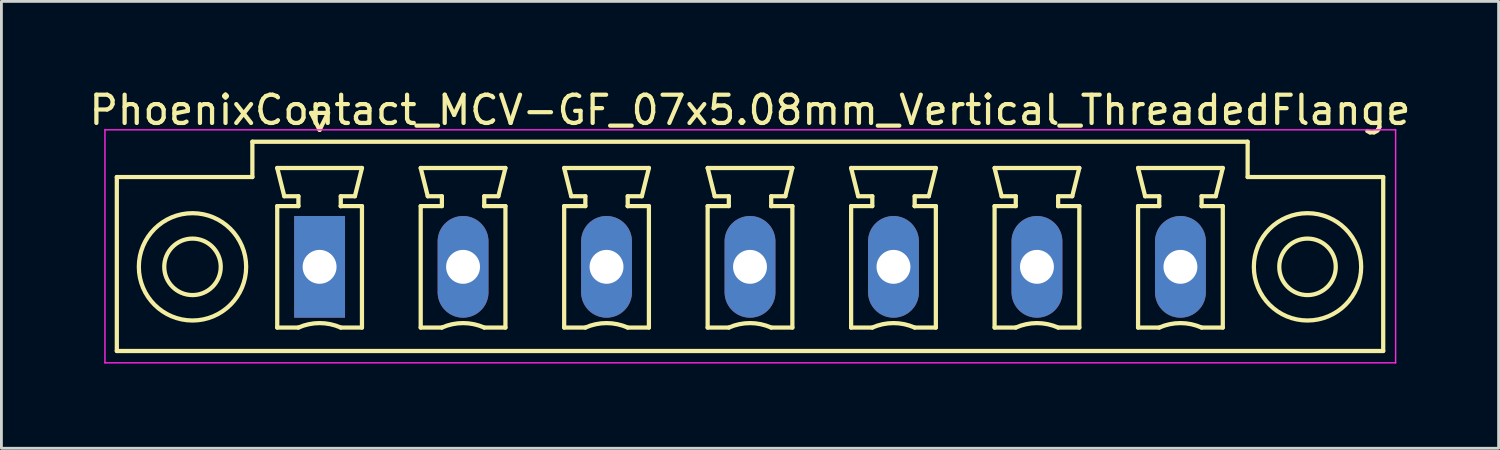
<source format=kicad_pcb>
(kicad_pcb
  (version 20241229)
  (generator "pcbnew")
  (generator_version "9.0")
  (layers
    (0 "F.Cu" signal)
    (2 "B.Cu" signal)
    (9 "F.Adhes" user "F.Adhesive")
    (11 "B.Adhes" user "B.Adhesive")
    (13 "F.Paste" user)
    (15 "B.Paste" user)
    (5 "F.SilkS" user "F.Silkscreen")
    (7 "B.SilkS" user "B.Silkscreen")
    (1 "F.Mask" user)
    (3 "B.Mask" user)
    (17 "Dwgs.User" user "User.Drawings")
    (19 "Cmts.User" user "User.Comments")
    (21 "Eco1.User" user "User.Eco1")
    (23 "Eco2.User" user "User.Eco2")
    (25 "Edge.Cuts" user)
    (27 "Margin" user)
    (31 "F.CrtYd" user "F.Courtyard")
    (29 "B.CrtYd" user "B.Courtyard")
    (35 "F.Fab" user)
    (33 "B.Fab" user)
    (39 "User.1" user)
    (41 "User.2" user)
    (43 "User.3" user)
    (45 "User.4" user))
  (footprint "PhoenixContact_MCV-GF_07x5.08mm_Vertical_ThreadedFlange"
    (layer "F.Cu")
    (at 8.266 6.398)
    (property "Reference" "PhoenixContact_MCV-GF_07x5.08mm_Vertical_ThreadedFlange" (at 15.24 -5.55 0) (layer "F.SilkS") (effects (font (size 1 1) (thickness 0.15))))
    (attr through_hole)
    (fp_line (start -7.18 -3.18) (end -7.18 2.98) (stroke (width 0.15) (type solid)) (layer "F.SilkS"))
    (fp_line (start -7.18 2.98) (end 37.66 2.98) (stroke (width 0.15) (type solid)) (layer "F.SilkS"))
    (fp_line (start -2.38 -4.43) (end -2.38 -3.18) (stroke (width 0.15) (type solid)) (layer "F.SilkS"))
    (fp_line (start -2.38 -3.18) (end -7.18 -3.18) (stroke (width 0.15) (type solid)) (layer "F.SilkS"))
    (fp_line (start -1.5 -3.5) (end 1.5 -3.5) (stroke (width 0.15) (type solid)) (layer "F.SilkS"))
    (fp_line (start -1.5 -2.15) (end -0.75 -2.15) (stroke (width 0.15) (type solid)) (layer "F.SilkS"))
    (fp_line (start -1.5 2.15) (end -1.5 -2.15) (stroke (width 0.15) (type solid)) (layer "F.SilkS"))
    (fp_line (start -1.25 -2.5) (end -1.5 -3.5) (stroke (width 0.15) (type solid)) (layer "F.SilkS"))
    (fp_line (start -0.75 -2.5) (end -1.25 -2.5) (stroke (width 0.15) (type solid)) (layer "F.SilkS"))
    (fp_line (start -0.75 -2.15) (end -0.75 -2.5) (stroke (width 0.15) (type solid)) (layer "F.SilkS"))
    (fp_line (start -0.75 2.15) (end -1.5 2.15) (stroke (width 0.15) (type solid)) (layer "F.SilkS"))
    (fp_line (start -0.3 -5.45) (end 0 -4.85) (stroke (width 0.15) (type solid)) (layer "F.SilkS"))
    (fp_line (start 0 -4.85) (end 0.3 -5.45) (stroke (width 0.15) (type solid)) (layer "F.SilkS"))
    (fp_line (start 0.3 -5.45) (end -0.3 -5.45) (stroke (width 0.15) (type solid)) (layer "F.SilkS"))
    (fp_line (start 0.75 -2.5) (end 0.75 -2.15) (stroke (width 0.15) (type solid)) (layer "F.SilkS"))
    (fp_line (start 0.75 -2.15) (end 0.75 -2.15) (stroke (width 0.15) (type solid)) (layer "F.SilkS"))
    (fp_line (start 0.75 -2.15) (end 1.5 -2.15) (stroke (width 0.15) (type solid)) (layer "F.SilkS"))
    (fp_line (start 1.25 -2.5) (end 0.75 -2.5) (stroke (width 0.15) (type solid)) (layer "F.SilkS"))
    (fp_line (start 1.5 -3.5) (end 1.25 -2.5) (stroke (width 0.15) (type solid)) (layer "F.SilkS"))
    (fp_line (start 1.5 -2.15) (end 1.5 2.15) (stroke (width 0.15) (type solid)) (layer "F.SilkS"))
    (fp_line (start 1.5 2.15) (end 0.75 2.15) (stroke (width 0.15) (type solid)) (layer "F.SilkS"))
    (fp_line (start 3.58 -3.5) (end 6.58 -3.5) (stroke (width 0.15) (type solid)) (layer "F.SilkS"))
    (fp_line (start 3.58 -2.15) (end 4.33 -2.15) (stroke (width 0.15) (type solid)) (layer "F.SilkS"))
    (fp_line (start 3.58 2.15) (end 3.58 -2.15) (stroke (width 0.15) (type solid)) (layer "F.SilkS"))
    (fp_line (start 3.83 -2.5) (end 3.58 -3.5) (stroke (width 0.15) (type solid)) (layer "F.SilkS"))
    (fp_line (start 4.33 -2.5) (end 3.83 -2.5) (stroke (width 0.15) (type solid)) (layer "F.SilkS"))
    (fp_line (start 4.33 -2.15) (end 4.33 -2.5) (stroke (width 0.15) (type solid)) (layer "F.SilkS"))
    (fp_line (start 4.33 2.15) (end 3.58 2.15) (stroke (width 0.15) (type solid)) (layer "F.SilkS"))
    (fp_line (start 5.83 -2.5) (end 5.83 -2.15) (stroke (width 0.15) (type solid)) (layer "F.SilkS"))
    (fp_line (start 5.83 -2.15) (end 5.83 -2.15) (stroke (width 0.15) (type solid)) (layer "F.SilkS"))
    (fp_line (start 5.83 -2.15) (end 6.58 -2.15) (stroke (width 0.15) (type solid)) (layer "F.SilkS"))
    (fp_line (start 6.33 -2.5) (end 5.83 -2.5) (stroke (width 0.15) (type solid)) (layer "F.SilkS"))
    (fp_line (start 6.58 -3.5) (end 6.33 -2.5) (stroke (width 0.15) (type solid)) (layer "F.SilkS"))
    (fp_line (start 6.58 -2.15) (end 6.58 2.15) (stroke (width 0.15) (type solid)) (layer "F.SilkS"))
    (fp_line (start 6.58 2.15) (end 5.83 2.15) (stroke (width 0.15) (type solid)) (layer "F.SilkS"))
    (fp_line (start 8.66 -3.5) (end 11.66 -3.5) (stroke (width 0.15) (type solid)) (layer "F.SilkS"))
    (fp_line (start 8.66 -2.15) (end 9.41 -2.15) (stroke (width 0.15) (type solid)) (layer "F.SilkS"))
    (fp_line (start 8.66 2.15) (end 8.66 -2.15) (stroke (width 0.15) (type solid)) (layer "F.SilkS"))
    (fp_line (start 8.91 -2.5) (end 8.66 -3.5) (stroke (width 0.15) (type solid)) (layer "F.SilkS"))
    (fp_line (start 9.41 -2.5) (end 8.91 -2.5) (stroke (width 0.15) (type solid)) (layer "F.SilkS"))
    (fp_line (start 9.41 -2.15) (end 9.41 -2.5) (stroke (width 0.15) (type solid)) (layer "F.SilkS"))
    (fp_line (start 9.41 2.15) (end 8.66 2.15) (stroke (width 0.15) (type solid)) (layer "F.SilkS"))
    (fp_line (start 10.91 -2.5) (end 10.91 -2.15) (stroke (width 0.15) (type solid)) (layer "F.SilkS"))
    (fp_line (start 10.91 -2.15) (end 10.91 -2.15) (stroke (width 0.15) (type solid)) (layer "F.SilkS"))
    (fp_line (start 10.91 -2.15) (end 11.66 -2.15) (stroke (width 0.15) (type solid)) (layer "F.SilkS"))
    (fp_line (start 11.41 -2.5) (end 10.91 -2.5) (stroke (width 0.15) (type solid)) (layer "F.SilkS"))
    (fp_line (start 11.66 -3.5) (end 11.41 -2.5) (stroke (width 0.15) (type solid)) (layer "F.SilkS"))
    (fp_line (start 11.66 -2.15) (end 11.66 2.15) (stroke (width 0.15) (type solid)) (layer "F.SilkS"))
    (fp_line (start 11.66 2.15) (end 10.91 2.15) (stroke (width 0.15) (type solid)) (layer "F.SilkS"))
    (fp_line (start 13.74 -3.5) (end 16.74 -3.5) (stroke (width 0.15) (type solid)) (layer "F.SilkS"))
    (fp_line (start 13.74 -2.15) (end 14.49 -2.15) (stroke (width 0.15) (type solid)) (layer "F.SilkS"))
    (fp_line (start 13.74 2.15) (end 13.74 -2.15) (stroke (width 0.15) (type solid)) (layer "F.SilkS"))
    (fp_line (start 13.99 -2.5) (end 13.74 -3.5) (stroke (width 0.15) (type solid)) (layer "F.SilkS"))
    (fp_line (start 14.49 -2.5) (end 13.99 -2.5) (stroke (width 0.15) (type solid)) (layer "F.SilkS"))
    (fp_line (start 14.49 -2.15) (end 14.49 -2.5) (stroke (width 0.15) (type solid)) (layer "F.SilkS"))
    (fp_line (start 14.49 2.15) (end 13.74 2.15) (stroke (width 0.15) (type solid)) (layer "F.SilkS"))
    (fp_line (start 15.99 -2.5) (end 15.99 -2.15) (stroke (width 0.15) (type solid)) (layer "F.SilkS"))
    (fp_line (start 15.99 -2.15) (end 15.99 -2.15) (stroke (width 0.15) (type solid)) (layer "F.SilkS"))
    (fp_line (start 15.99 -2.15) (end 16.74 -2.15) (stroke (width 0.15) (type solid)) (layer "F.SilkS"))
    (fp_line (start 16.49 -2.5) (end 15.99 -2.5) (stroke (width 0.15) (type solid)) (layer "F.SilkS"))
    (fp_line (start 16.74 -3.5) (end 16.49 -2.5) (stroke (width 0.15) (type solid)) (layer "F.SilkS"))
    (fp_line (start 16.74 -2.15) (end 16.74 2.15) (stroke (width 0.15) (type solid)) (layer "F.SilkS"))
    (fp_line (start 16.74 2.15) (end 15.99 2.15) (stroke (width 0.15) (type solid)) (layer "F.SilkS"))
    (fp_line (start 18.82 -3.5) (end 21.82 -3.5) (stroke (width 0.15) (type solid)) (layer "F.SilkS"))
    (fp_line (start 18.82 -2.15) (end 19.57 -2.15) (stroke (width 0.15) (type solid)) (layer "F.SilkS"))
    (fp_line (start 18.82 2.15) (end 18.82 -2.15) (stroke (width 0.15) (type solid)) (layer "F.SilkS"))
    (fp_line (start 19.07 -2.5) (end 18.82 -3.5) (stroke (width 0.15) (type solid)) (layer "F.SilkS"))
    (fp_line (start 19.57 -2.5) (end 19.07 -2.5) (stroke (width 0.15) (type solid)) (layer "F.SilkS"))
    (fp_line (start 19.57 -2.15) (end 19.57 -2.5) (stroke (width 0.15) (type solid)) (layer "F.SilkS"))
    (fp_line (start 19.57 2.15) (end 18.82 2.15) (stroke (width 0.15) (type solid)) (layer "F.SilkS"))
    (fp_line (start 21.07 -2.5) (end 21.07 -2.15) (stroke (width 0.15) (type solid)) (layer "F.SilkS"))
    (fp_line (start 21.07 -2.15) (end 21.07 -2.15) (stroke (width 0.15) (type solid)) (layer "F.SilkS"))
    (fp_line (start 21.07 -2.15) (end 21.82 -2.15) (stroke (width 0.15) (type solid)) (layer "F.SilkS"))
    (fp_line (start 21.57 -2.5) (end 21.07 -2.5) (stroke (width 0.15) (type solid)) (layer "F.SilkS"))
    (fp_line (start 21.82 -3.5) (end 21.57 -2.5) (stroke (width 0.15) (type solid)) (layer "F.SilkS"))
    (fp_line (start 21.82 -2.15) (end 21.82 2.15) (stroke (width 0.15) (type solid)) (layer "F.SilkS"))
    (fp_line (start 21.82 2.15) (end 21.07 2.15) (stroke (width 0.15) (type solid)) (layer "F.SilkS"))
    (fp_line (start 23.9 -3.5) (end 26.9 -3.5) (stroke (width 0.15) (type solid)) (layer "F.SilkS"))
    (fp_line (start 23.9 -2.15) (end 24.65 -2.15) (stroke (width 0.15) (type solid)) (layer "F.SilkS"))
    (fp_line (start 23.9 2.15) (end 23.9 -2.15) (stroke (width 0.15) (type solid)) (layer "F.SilkS"))
    (fp_line (start 24.15 -2.5) (end 23.9 -3.5) (stroke (width 0.15) (type solid)) (layer "F.SilkS"))
    (fp_line (start 24.65 -2.5) (end 24.15 -2.5) (stroke (width 0.15) (type solid)) (layer "F.SilkS"))
    (fp_line (start 24.65 -2.15) (end 24.65 -2.5) (stroke (width 0.15) (type solid)) (layer "F.SilkS"))
    (fp_line (start 24.65 2.15) (end 23.9 2.15) (stroke (width 0.15) (type solid)) (layer "F.SilkS"))
    (fp_line (start 26.15 -2.5) (end 26.15 -2.15) (stroke (width 0.15) (type solid)) (layer "F.SilkS"))
    (fp_line (start 26.15 -2.15) (end 26.15 -2.15) (stroke (width 0.15) (type solid)) (layer "F.SilkS"))
    (fp_line (start 26.15 -2.15) (end 26.9 -2.15) (stroke (width 0.15) (type solid)) (layer "F.SilkS"))
    (fp_line (start 26.65 -2.5) (end 26.15 -2.5) (stroke (width 0.15) (type solid)) (layer "F.SilkS"))
    (fp_line (start 26.9 -3.5) (end 26.65 -2.5) (stroke (width 0.15) (type solid)) (layer "F.SilkS"))
    (fp_line (start 26.9 -2.15) (end 26.9 2.15) (stroke (width 0.15) (type solid)) (layer "F.SilkS"))
    (fp_line (start 26.9 2.15) (end 26.15 2.15) (stroke (width 0.15) (type solid)) (layer "F.SilkS"))
    (fp_line (start 28.98 -3.5) (end 31.98 -3.5) (stroke (width 0.15) (type solid)) (layer "F.SilkS"))
    (fp_line (start 28.98 -2.15) (end 29.73 -2.15) (stroke (width 0.15) (type solid)) (layer "F.SilkS"))
    (fp_line (start 28.98 2.15) (end 28.98 -2.15) (stroke (width 0.15) (type solid)) (layer "F.SilkS"))
    (fp_line (start 29.23 -2.5) (end 28.98 -3.5) (stroke (width 0.15) (type solid)) (layer "F.SilkS"))
    (fp_line (start 29.73 -2.5) (end 29.23 -2.5) (stroke (width 0.15) (type solid)) (layer "F.SilkS"))
    (fp_line (start 29.73 -2.15) (end 29.73 -2.5) (stroke (width 0.15) (type solid)) (layer "F.SilkS"))
    (fp_line (start 29.73 2.15) (end 28.98 2.15) (stroke (width 0.15) (type solid)) (layer "F.SilkS"))
    (fp_line (start 31.23 -2.5) (end 31.23 -2.15) (stroke (width 0.15) (type solid)) (layer "F.SilkS"))
    (fp_line (start 31.23 -2.15) (end 31.23 -2.15) (stroke (width 0.15) (type solid)) (layer "F.SilkS"))
    (fp_line (start 31.23 -2.15) (end 31.98 -2.15) (stroke (width 0.15) (type solid)) (layer "F.SilkS"))
    (fp_line (start 31.73 -2.5) (end 31.23 -2.5) (stroke (width 0.15) (type solid)) (layer "F.SilkS"))
    (fp_line (start 31.98 -3.5) (end 31.73 -2.5) (stroke (width 0.15) (type solid)) (layer "F.SilkS"))
    (fp_line (start 31.98 -2.15) (end 31.98 2.15) (stroke (width 0.15) (type solid)) (layer "F.SilkS"))
    (fp_line (start 31.98 2.15) (end 31.23 2.15) (stroke (width 0.15) (type solid)) (layer "F.SilkS"))
    (fp_line (start 32.86 -4.43) (end -2.38 -4.43) (stroke (width 0.15) (type solid)) (layer "F.SilkS"))
    (fp_line (start 32.86 -3.18) (end 32.86 -4.43) (stroke (width 0.15) (type solid)) (layer "F.SilkS"))
    (fp_line (start 37.66 -3.18) (end 32.86 -3.18) (stroke (width 0.15) (type solid)) (layer "F.SilkS"))
    (fp_line (start 37.66 2.98) (end 37.66 -3.18) (stroke (width 0.15) (type solid)) (layer "F.SilkS"))
    (fp_arc (start -0.75 2.15) (mid -0.000193 1.99191) (end 0.749647 2.149844) (stroke (width 0.15) (type solid)) (layer "F.SilkS"))
    (fp_arc (start 4.33 2.15) (mid 5.079807 1.99191) (end 5.829647 2.149844) (stroke (width 0.15) (type solid)) (layer "F.SilkS"))
    (fp_arc (start 9.41 2.15) (mid 10.159807 1.99191) (end 10.909647 2.149844) (stroke (width 0.15) (type solid)) (layer "F.SilkS"))
    (fp_arc (start 14.49 2.15) (mid 15.239807 1.99191) (end 15.989647 2.149844) (stroke (width 0.15) (type solid)) (layer "F.SilkS"))
    (fp_arc (start 19.57 2.15) (mid 20.319807 1.99191) (end 21.069647 2.149844) (stroke (width 0.15) (type solid)) (layer "F.SilkS"))
    (fp_arc (start 24.65 2.15) (mid 25.399807 1.99191) (end 26.149647 2.149844) (stroke (width 0.15) (type solid)) (layer "F.SilkS"))
    (fp_arc (start 29.73 2.15) (mid 30.479807 1.99191) (end 31.229647 2.149844) (stroke (width 0.15) (type solid)) (layer "F.SilkS"))
    (fp_circle (center -4.5 0) (end -3.5 0) (stroke (width 0.15) (type solid)) (fill no) (layer "F.SilkS"))
    (fp_circle (center -4.5 0) (end -2.6 0) (stroke (width 0.15) (type solid)) (fill no) (layer "F.SilkS"))
    (fp_circle (center 34.98 0) (end 35.98 0) (stroke (width 0.15) (type solid)) (fill no) (layer "F.SilkS"))
    (fp_circle (center 34.98 0) (end 36.88 0) (stroke (width 0.15) (type solid)) (fill no) (layer "F.SilkS"))
    (fp_line (start -7.6 -4.85) (end -7.6 3.4) (stroke (width 0.05) (type solid)) (layer "F.CrtYd"))
    (fp_line (start -7.6 3.4) (end 38.1 3.4) (stroke (width 0.05) (type solid)) (layer "F.CrtYd"))
    (fp_line (start 38.1 -4.85) (end -7.6 -4.85) (stroke (width 0.05) (type solid)) (layer "F.CrtYd"))
    (fp_line (start 38.1 3.4) (end 38.1 -4.85) (stroke (width 0.05) (type solid)) (layer "F.CrtYd"))
    (pad "1" thru_hole rect (at 0 0) (size 1.8 3.6) (drill 1.2) (layers "*.Cu" "*.Mask"))
    (pad "2" thru_hole oval (at 5.08 0) (size 1.8 3.6) (drill 1.2) (layers "*.Cu" "*.Mask"))
    (pad "3" thru_hole oval (at 10.16 0) (size 1.8 3.6) (drill 1.2) (layers "*.Cu" "*.Mask"))
    (pad "4" thru_hole oval (at 15.24 0) (size 1.8 3.6) (drill 1.2) (layers "*.Cu" "*.Mask"))
    (pad "5" thru_hole oval (at 20.32 0) (size 1.8 3.6) (drill 1.2) (layers "*.Cu" "*.Mask"))
    (pad "6" thru_hole oval (at 25.4 0) (size 1.8 3.6) (drill 1.2) (layers "*.Cu" "*.Mask"))
    (pad "7" thru_hole oval (at 30.48 0) (size 1.8 3.6) (drill 1.2) (layers "*.Cu" "*.Mask")))
  (gr_rect
    (start -3 -3)
    (end 50.012 12.823)
    (stroke (width 0.1) (type default))
    (fill no)
    (layer "Edge.Cuts")))
</source>
